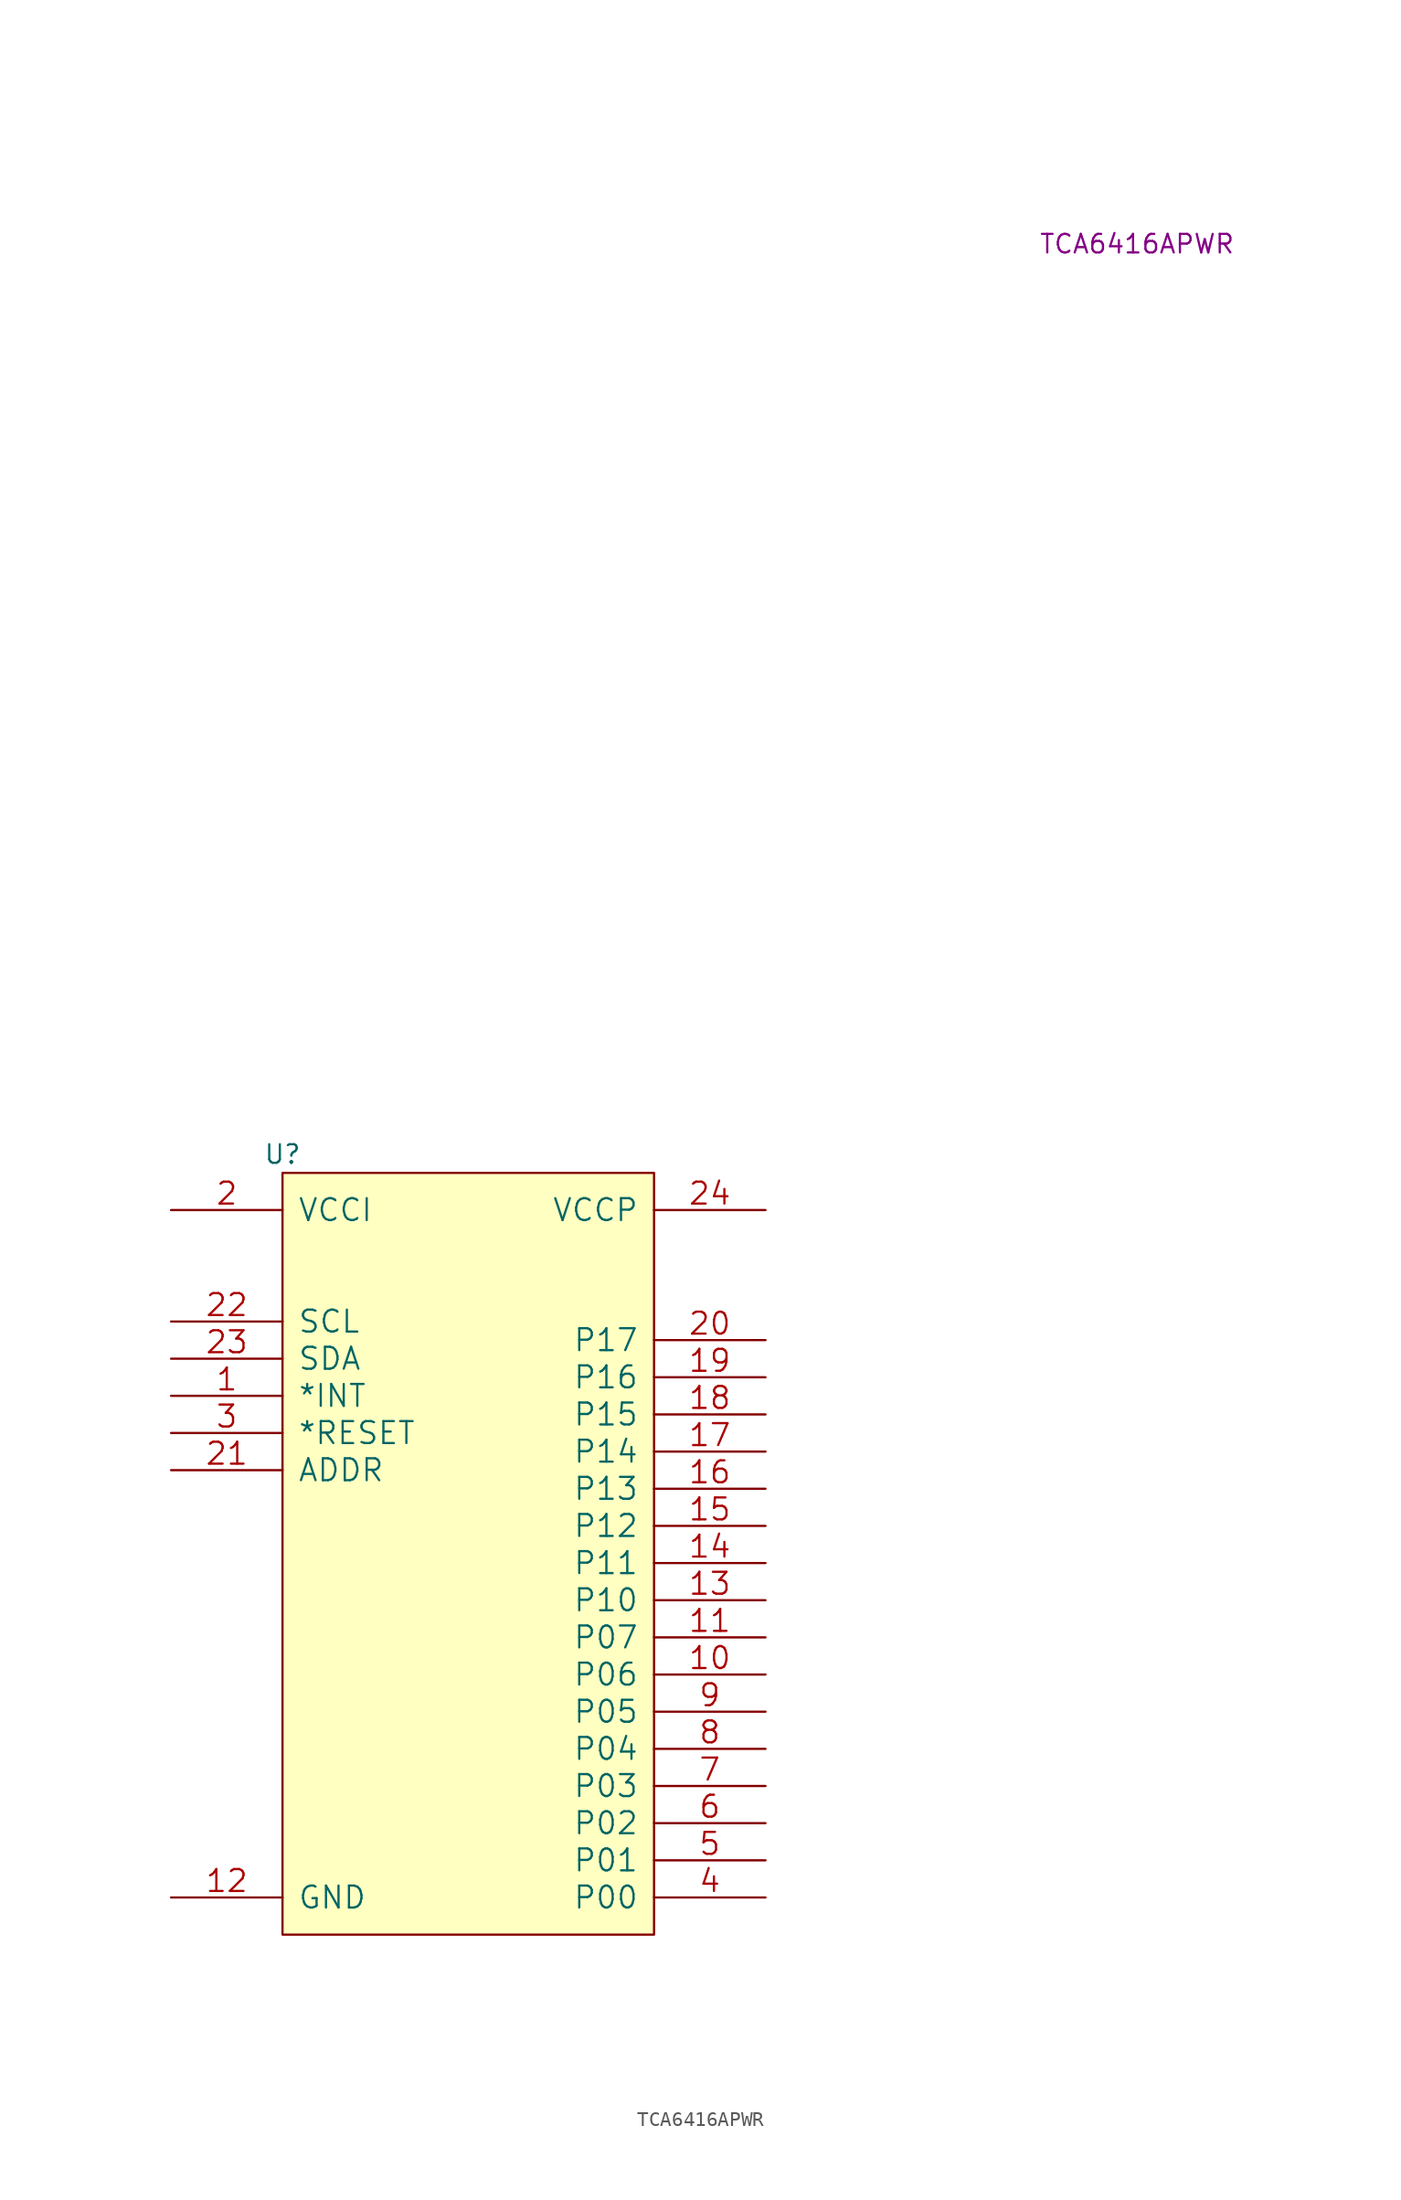
<source format=kicad_sym>
(kicad_symbol_lib
  (version 20220914)
  (generator kicad_symbol_editor)
  (symbol "TCA6416APWR"
    (pin_names
      (offset 1.016))
    (property "Reference" "U"
      (at 0 1.27 0)
      (effects (font (size 1.27 1.27))))
    (property "_Value_" "TCA6416APWR"
      (at 58.42 63.5 0)
      (effects (font (size 1.27 1.27))))
    (symbol "TCA6416APWR_0_1"
      (rectangle (start 0 0) (end 25.4 -52.07) (stroke (width 0) (type default)) (fill (type background))))
    (symbol "TCA6416APWR_1_1"
      (pin output line (at -7.62 -15.24 0) (length 7.62) (name "*INT" (effects (font (size 1.499 1.499)))) (number "1" (effects (font (size 1.499 1.499)))))
      (pin output line (at 33.02 -34.29 180) (length 7.62) (name "P06" (effects (font (size 1.499 1.499)))) (number "10" (effects (font (size 1.499 1.499)))))
      (pin output line (at 33.02 -31.75 180) (length 7.62) (name "P07" (effects (font (size 1.499 1.499)))) (number "11" (effects (font (size 1.499 1.499)))))
      (pin power_in line (at -7.62 -49.53 0) (length 7.62) (name "GND" (effects (font (size 1.499 1.499)))) (number "12" (effects (font (size 1.499 1.499)))))
      (pin output line (at 33.02 -29.21 180) (length 7.62) (name "P10" (effects (font (size 1.499 1.499)))) (number "13" (effects (font (size 1.499 1.499)))))
      (pin output line (at 33.02 -26.67 180) (length 7.62) (name "P11" (effects (font (size 1.499 1.499)))) (number "14" (effects (font (size 1.499 1.499)))))
      (pin power_in line (at 33.02 -24.13 180) (length 7.62) (name "P12" (effects (font (size 1.499 1.499)))) (number "15" (effects (font (size 1.499 1.499)))))
      (pin output line (at 33.02 -21.59 180) (length 7.62) (name "P13" (effects (font (size 1.499 1.499)))) (number "16" (effects (font (size 1.499 1.499)))))
      (pin output line (at 33.02 -19.05 180) (length 7.62) (name "P14" (effects (font (size 1.499 1.499)))) (number "17" (effects (font (size 1.499 1.499)))))
      (pin output line (at 33.02 -16.51 180) (length 7.62) (name "P15" (effects (font (size 1.499 1.499)))) (number "18" (effects (font (size 1.499 1.499)))))
      (pin output line (at 33.02 -13.97 180) (length 7.62) (name "P16" (effects (font (size 1.499 1.499)))) (number "19" (effects (font (size 1.499 1.499)))))
      (pin power_in line (at -7.62 -2.54 0) (length 7.62) (name "VCCI" (effects (font (size 1.499 1.499)))) (number "2" (effects (font (size 1.499 1.499)))))
      (pin output line (at 33.02 -11.43 180) (length 7.62) (name "P17" (effects (font (size 1.499 1.499)))) (number "20" (effects (font (size 1.499 1.499)))))
      (pin unspecified line (at -7.62 -20.32 0) (length 7.62) (name "ADDR" (effects (font (size 1.499 1.499)))) (number "21" (effects (font (size 1.499 1.499)))))
      (pin unspecified line (at -7.62 -10.16 0) (length 7.62) (name "SCL" (effects (font (size 1.499 1.499)))) (number "22" (effects (font (size 1.499 1.499)))))
      (pin unspecified line (at -7.62 -12.7 0) (length 7.62) (name "SDA" (effects (font (size 1.499 1.499)))) (number "23" (effects (font (size 1.499 1.499)))))
      (pin power_in line (at 33.02 -2.54 180) (length 7.62) (name "VCCP" (effects (font (size 1.499 1.499)))) (number "24" (effects (font (size 1.499 1.499)))))
      (pin input line (at -7.62 -17.78 0) (length 7.62) (name "*RESET" (effects (font (size 1.499 1.499)))) (number "3" (effects (font (size 1.499 1.499)))))
      (pin output line (at 33.02 -49.53 180) (length 7.62) (name "P00" (effects (font (size 1.499 1.499)))) (number "4" (effects (font (size 1.499 1.499)))))
      (pin output line (at 33.02 -46.99 180) (length 7.62) (name "P01" (effects (font (size 1.499 1.499)))) (number "5" (effects (font (size 1.499 1.499)))))
      (pin output line (at 33.02 -44.45 180) (length 7.62) (name "P02" (effects (font (size 1.499 1.499)))) (number "6" (effects (font (size 1.499 1.499)))))
      (pin output line (at 33.02 -41.91 180) (length 7.62) (name "P03" (effects (font (size 1.499 1.499)))) (number "7" (effects (font (size 1.499 1.499)))))
      (pin output line (at 33.02 -39.37 180) (length 7.62) (name "P04" (effects (font (size 1.499 1.499)))) (number "8" (effects (font (size 1.499 1.499)))))
      (pin output line (at 33.02 -36.83 180) (length 7.62) (name "P05" (effects (font (size 1.499 1.499)))) (number "9" (effects (font (size 1.499 1.499))))))))
</source>
